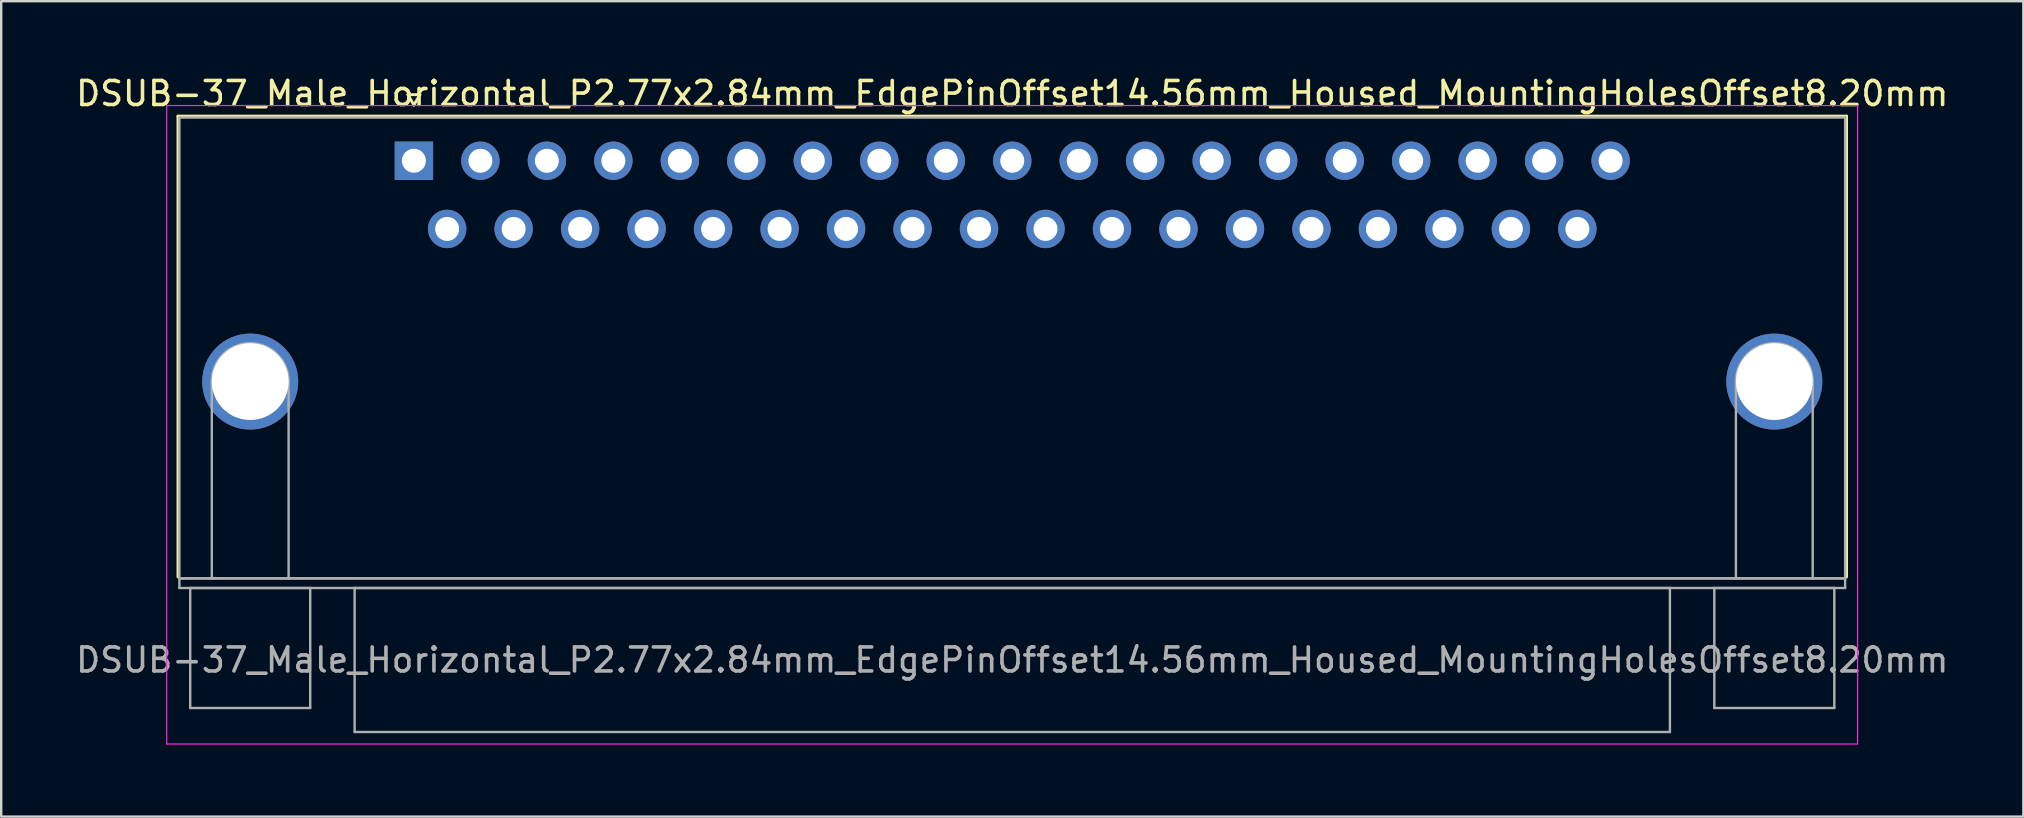
<source format=kicad_pcb>
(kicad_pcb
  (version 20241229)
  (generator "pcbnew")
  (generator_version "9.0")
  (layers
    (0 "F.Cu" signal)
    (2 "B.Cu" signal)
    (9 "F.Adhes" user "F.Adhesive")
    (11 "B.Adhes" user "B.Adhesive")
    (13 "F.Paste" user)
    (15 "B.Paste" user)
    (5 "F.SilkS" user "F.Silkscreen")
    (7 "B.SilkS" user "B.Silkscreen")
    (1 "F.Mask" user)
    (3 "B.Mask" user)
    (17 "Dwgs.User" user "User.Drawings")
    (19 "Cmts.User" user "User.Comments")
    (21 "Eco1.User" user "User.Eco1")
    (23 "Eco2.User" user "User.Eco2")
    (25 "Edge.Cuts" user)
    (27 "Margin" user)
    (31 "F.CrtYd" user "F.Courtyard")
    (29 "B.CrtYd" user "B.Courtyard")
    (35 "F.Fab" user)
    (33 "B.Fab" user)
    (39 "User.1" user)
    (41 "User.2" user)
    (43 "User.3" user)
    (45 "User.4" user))
  (footprint "DSUB-37_Male_Horizontal_P2.77x2.84mm_EdgePinOffset14.56mm_Housed_MountingHolesOffset8.20mm"
    (layer "F.Cu")
    (at 14.195 3.648)
    (property "Reference" "DSUB-37_Male_Horizontal_P2.77x2.84mm_EdgePinOffset14.56mm_Housed_MountingHolesOffset8.20mm" (at 24.93 -2.8 0) (layer "F.SilkS") (effects (font (size 1 1) (thickness 0.15))))
    (attr through_hole)
    (fp_line (start -9.83 -1.86) (end 59.69 -1.86) (stroke (width 0.12) (type solid)) (layer "F.SilkS"))
    (fp_line (start -9.83 17.34) (end -9.83 -1.86) (stroke (width 0.12) (type solid)) (layer "F.SilkS"))
    (fp_line (start -0.25 -2.754) (end 0.25 -2.754) (stroke (width 0.12) (type solid)) (layer "F.SilkS"))
    (fp_line (start 0 -2.321) (end -0.25 -2.754) (stroke (width 0.12) (type solid)) (layer "F.SilkS"))
    (fp_line (start 0.25 -2.754) (end 0 -2.321) (stroke (width 0.12) (type solid)) (layer "F.SilkS"))
    (fp_line (start 59.69 -1.86) (end 59.69 17.34) (stroke (width 0.12) (type solid)) (layer "F.SilkS"))
    (fp_line (start -10.3 -2.3) (end -10.3 24.3) (stroke (width 0.05) (type solid)) (layer "F.CrtYd"))
    (fp_line (start -10.3 24.3) (end 60.15 24.3) (stroke (width 0.05) (type solid)) (layer "F.CrtYd"))
    (fp_line (start 60.15 -2.3) (end -10.3 -2.3) (stroke (width 0.05) (type solid)) (layer "F.CrtYd"))
    (fp_line (start 60.15 24.3) (end 60.15 -2.3) (stroke (width 0.05) (type solid)) (layer "F.CrtYd"))
    (fp_line (start -9.77 -1.8) (end -9.77 17.4) (stroke (width 0.1) (type solid)) (layer "F.Fab"))
    (fp_line (start -9.77 17.4) (end -9.77 17.8) (stroke (width 0.1) (type solid)) (layer "F.Fab"))
    (fp_line (start -9.77 17.4) (end 59.63 17.4) (stroke (width 0.1) (type solid)) (layer "F.Fab"))
    (fp_line (start -9.77 17.8) (end 59.63 17.8) (stroke (width 0.1) (type solid)) (layer "F.Fab"))
    (fp_line (start -9.32 17.8) (end -9.32 22.8) (stroke (width 0.1) (type solid)) (layer "F.Fab"))
    (fp_line (start -9.32 22.8) (end -4.32 22.8) (stroke (width 0.1) (type solid)) (layer "F.Fab"))
    (fp_line (start -8.42 17.4) (end -8.42 9.2) (stroke (width 0.1) (type solid)) (layer "F.Fab"))
    (fp_line (start -5.22 17.4) (end -5.22 9.2) (stroke (width 0.1) (type solid)) (layer "F.Fab"))
    (fp_line (start -4.32 17.8) (end -9.32 17.8) (stroke (width 0.1) (type solid)) (layer "F.Fab"))
    (fp_line (start -4.32 22.8) (end -4.32 17.8) (stroke (width 0.1) (type solid)) (layer "F.Fab"))
    (fp_line (start -2.47 17.8) (end -2.47 23.8) (stroke (width 0.1) (type solid)) (layer "F.Fab"))
    (fp_line (start -2.47 23.8) (end 52.33 23.8) (stroke (width 0.1) (type solid)) (layer "F.Fab"))
    (fp_line (start 52.33 17.8) (end -2.47 17.8) (stroke (width 0.1) (type solid)) (layer "F.Fab"))
    (fp_line (start 52.33 23.8) (end 52.33 17.8) (stroke (width 0.1) (type solid)) (layer "F.Fab"))
    (fp_line (start 54.18 17.8) (end 54.18 22.8) (stroke (width 0.1) (type solid)) (layer "F.Fab"))
    (fp_line (start 54.18 22.8) (end 59.18 22.8) (stroke (width 0.1) (type solid)) (layer "F.Fab"))
    (fp_line (start 55.08 17.4) (end 55.08 9.2) (stroke (width 0.1) (type solid)) (layer "F.Fab"))
    (fp_line (start 58.28 17.4) (end 58.28 9.2) (stroke (width 0.1) (type solid)) (layer "F.Fab"))
    (fp_line (start 59.18 17.8) (end 54.18 17.8) (stroke (width 0.1) (type solid)) (layer "F.Fab"))
    (fp_line (start 59.18 22.8) (end 59.18 17.8) (stroke (width 0.1) (type solid)) (layer "F.Fab"))
    (fp_line (start 59.63 -1.8) (end -9.77 -1.8) (stroke (width 0.1) (type solid)) (layer "F.Fab"))
    (fp_line (start 59.63 17.4) (end -9.77 17.4) (stroke (width 0.1) (type solid)) (layer "F.Fab"))
    (fp_line (start 59.63 17.4) (end 59.63 -1.8) (stroke (width 0.1) (type solid)) (layer "F.Fab"))
    (fp_line (start 59.63 17.8) (end 59.63 17.4) (stroke (width 0.1) (type solid)) (layer "F.Fab"))
    (fp_arc (start -8.42 9.2) (mid -6.82 7.6) (end -5.22 9.2) (stroke (width 0.1) (type solid)) (layer "F.Fab"))
    (fp_arc (start 55.08 9.2) (mid 56.68 7.6) (end 58.28 9.2) (stroke (width 0.1) (type solid)) (layer "F.Fab"))
    (fp_text user "${REFERENCE}" (at 24.93 20.8 0) (layer "F.Fab") (effects (font (size 1 1) (thickness 0.15))))
    (pad "0" thru_hole circle (at -6.82 9.2) (size 4 4) (drill 3.2) (layers "*.Cu" "*.Mask"))
    (pad "0" thru_hole circle (at 56.68 9.2) (size 4 4) (drill 3.2) (layers "*.Cu" "*.Mask"))
    (pad "1" thru_hole rect (at 0 0) (size 1.6 1.6) (drill 1) (layers "*.Cu" "*.Mask"))
    (pad "2" thru_hole circle (at 2.77 0) (size 1.6 1.6) (drill 1) (layers "*.Cu" "*.Mask"))
    (pad "3" thru_hole circle (at 5.54 0) (size 1.6 1.6) (drill 1) (layers "*.Cu" "*.Mask"))
    (pad "4" thru_hole circle (at 8.31 0) (size 1.6 1.6) (drill 1) (layers "*.Cu" "*.Mask"))
    (pad "5" thru_hole circle (at 11.08 0) (size 1.6 1.6) (drill 1) (layers "*.Cu" "*.Mask"))
    (pad "6" thru_hole circle (at 13.85 0) (size 1.6 1.6) (drill 1) (layers "*.Cu" "*.Mask"))
    (pad "7" thru_hole circle (at 16.62 0) (size 1.6 1.6) (drill 1) (layers "*.Cu" "*.Mask"))
    (pad "8" thru_hole circle (at 19.39 0) (size 1.6 1.6) (drill 1) (layers "*.Cu" "*.Mask"))
    (pad "9" thru_hole circle (at 22.16 0) (size 1.6 1.6) (drill 1) (layers "*.Cu" "*.Mask"))
    (pad "10" thru_hole circle (at 24.93 0) (size 1.6 1.6) (drill 1) (layers "*.Cu" "*.Mask"))
    (pad "11" thru_hole circle (at 27.7 0) (size 1.6 1.6) (drill 1) (layers "*.Cu" "*.Mask"))
    (pad "12" thru_hole circle (at 30.47 0) (size 1.6 1.6) (drill 1) (layers "*.Cu" "*.Mask"))
    (pad "13" thru_hole circle (at 33.24 0) (size 1.6 1.6) (drill 1) (layers "*.Cu" "*.Mask"))
    (pad "14" thru_hole circle (at 36.01 0) (size 1.6 1.6) (drill 1) (layers "*.Cu" "*.Mask"))
    (pad "15" thru_hole circle (at 38.78 0) (size 1.6 1.6) (drill 1) (layers "*.Cu" "*.Mask"))
    (pad "16" thru_hole circle (at 41.55 0) (size 1.6 1.6) (drill 1) (layers "*.Cu" "*.Mask"))
    (pad "17" thru_hole circle (at 44.32 0) (size 1.6 1.6) (drill 1) (layers "*.Cu" "*.Mask"))
    (pad "18" thru_hole circle (at 47.09 0) (size 1.6 1.6) (drill 1) (layers "*.Cu" "*.Mask"))
    (pad "19" thru_hole circle (at 49.86 0) (size 1.6 1.6) (drill 1) (layers "*.Cu" "*.Mask"))
    (pad "20" thru_hole circle (at 1.385 2.84) (size 1.6 1.6) (drill 1) (layers "*.Cu" "*.Mask"))
    (pad "21" thru_hole circle (at 4.155 2.84) (size 1.6 1.6) (drill 1) (layers "*.Cu" "*.Mask"))
    (pad "22" thru_hole circle (at 6.925 2.84) (size 1.6 1.6) (drill 1) (layers "*.Cu" "*.Mask"))
    (pad "23" thru_hole circle (at 9.695 2.84) (size 1.6 1.6) (drill 1) (layers "*.Cu" "*.Mask"))
    (pad "24" thru_hole circle (at 12.465 2.84) (size 1.6 1.6) (drill 1) (layers "*.Cu" "*.Mask"))
    (pad "25" thru_hole circle (at 15.235 2.84) (size 1.6 1.6) (drill 1) (layers "*.Cu" "*.Mask"))
    (pad "26" thru_hole circle (at 18.005 2.84) (size 1.6 1.6) (drill 1) (layers "*.Cu" "*.Mask"))
    (pad "27" thru_hole circle (at 20.775 2.84) (size 1.6 1.6) (drill 1) (layers "*.Cu" "*.Mask"))
    (pad "28" thru_hole circle (at 23.545 2.84) (size 1.6 1.6) (drill 1) (layers "*.Cu" "*.Mask"))
    (pad "29" thru_hole circle (at 26.315 2.84) (size 1.6 1.6) (drill 1) (layers "*.Cu" "*.Mask"))
    (pad "30" thru_hole circle (at 29.085 2.84) (size 1.6 1.6) (drill 1) (layers "*.Cu" "*.Mask"))
    (pad "31" thru_hole circle (at 31.855 2.84) (size 1.6 1.6) (drill 1) (layers "*.Cu" "*.Mask"))
    (pad "32" thru_hole circle (at 34.625 2.84) (size 1.6 1.6) (drill 1) (layers "*.Cu" "*.Mask"))
    (pad "33" thru_hole circle (at 37.395 2.84) (size 1.6 1.6) (drill 1) (layers "*.Cu" "*.Mask"))
    (pad "34" thru_hole circle (at 40.165 2.84) (size 1.6 1.6) (drill 1) (layers "*.Cu" "*.Mask"))
    (pad "35" thru_hole circle (at 42.935 2.84) (size 1.6 1.6) (drill 1) (layers "*.Cu" "*.Mask"))
    (pad "36" thru_hole circle (at 45.705 2.84) (size 1.6 1.6) (drill 1) (layers "*.Cu" "*.Mask"))
    (pad "37" thru_hole circle (at 48.475 2.84) (size 1.6 1.6) (drill 1) (layers "*.Cu" "*.Mask")))
  (gr_rect
    (start -3 -3)
    (end 81.25 30.973)
    (stroke (width 0.1) (type default))
    (fill no)
    (layer "Edge.Cuts")))
</source>
